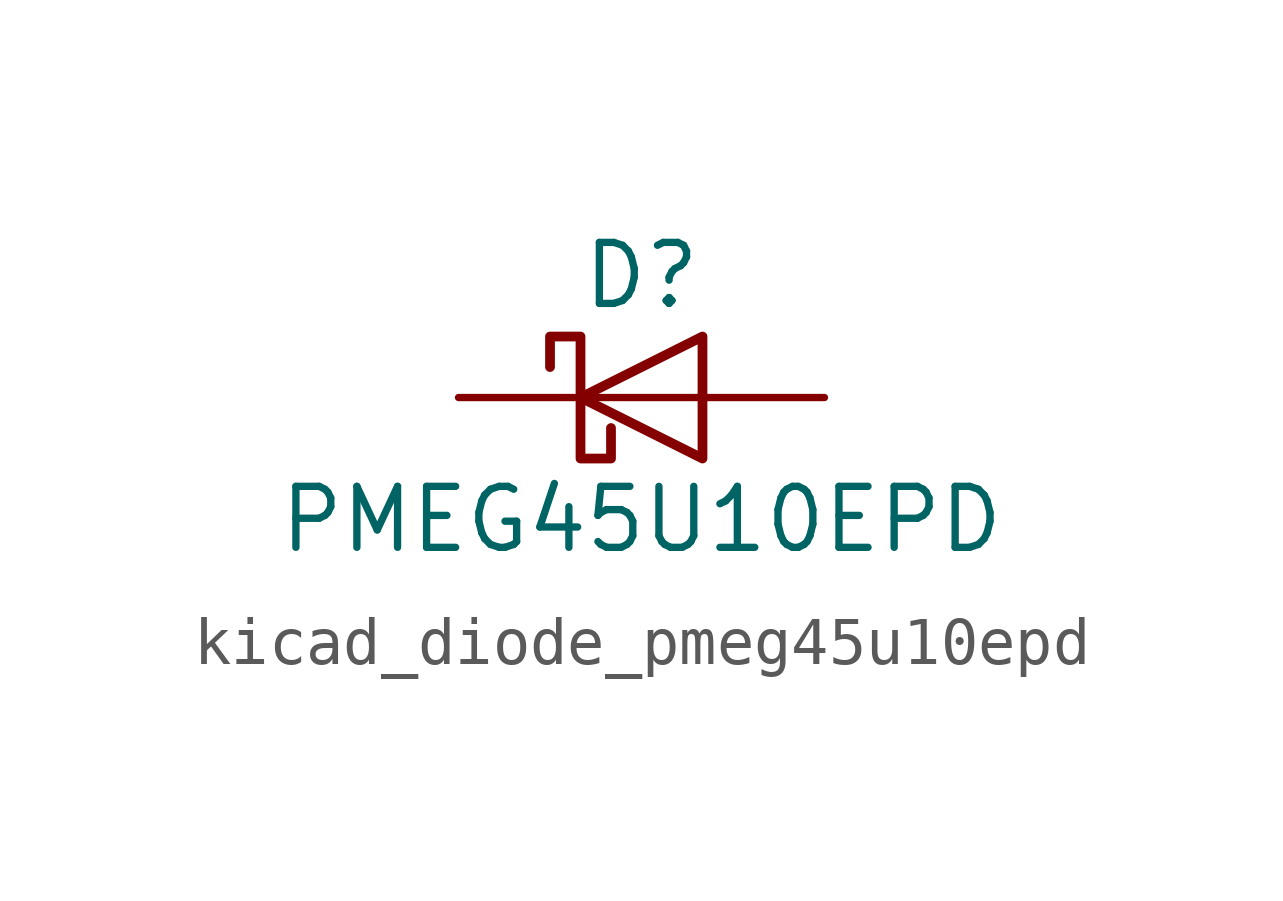
<source format=kicad_sym>
(kicad_symbol_lib
  (version 20220914)
  (generator kicad_symbol_editor)
  (symbol "kicad_diode_pmeg45u10epd"
    (pin_numbers hide)
    (pin_names hide)
    (property "Reference" "D"
      (at 0 2.54 0)
      (effects (font (size 1.27 1.27))))
    (property "Value" "PMEG45U10EPD"
      (at 0 -2.54 0)
      (effects (font (size 1.27 1.27))))
    (symbol "kicad_diode_pmeg45u10epd_0_1"
      (polyline (pts (xy 1.27 0) (xy -1.27 0)) (stroke (width 0) (type default)) (fill (type none)))
      (polyline (pts (xy 1.27 1.27) (xy 1.27 -1.27) (xy -1.27 0) (xy 1.27 1.27)) (stroke (width 0.203) (type default)) (fill (type none)))
      (polyline (pts (xy -1.905 0.635) (xy -1.905 1.27) (xy -1.27 1.27) (xy -1.27 -1.27) (xy -0.635 -1.27) (xy -0.635 -0.635)) (stroke (width 0.203) (type default)) (fill (type none))))
    (symbol "kicad_diode_pmeg45u10epd_1_1"
      (pin passive line (at 3.81 0 180) (length 2.54) (name "A" (effects (font (size 1.27 1.27)))) (number "1" (effects (font (size 1.27 1.27)))))
      (pin passive line (at 3.81 0 180) (length 2.54) hide (name "A" (effects (font (size 1.27 1.27)))) (number "2" (effects (font (size 1.27 1.27)))))
      (pin passive line (at -3.81 0 0) (length 2.54) (name "K" (effects (font (size 1.27 1.27)))) (number "3" (effects (font (size 1.27 1.27))))))))
</source>
